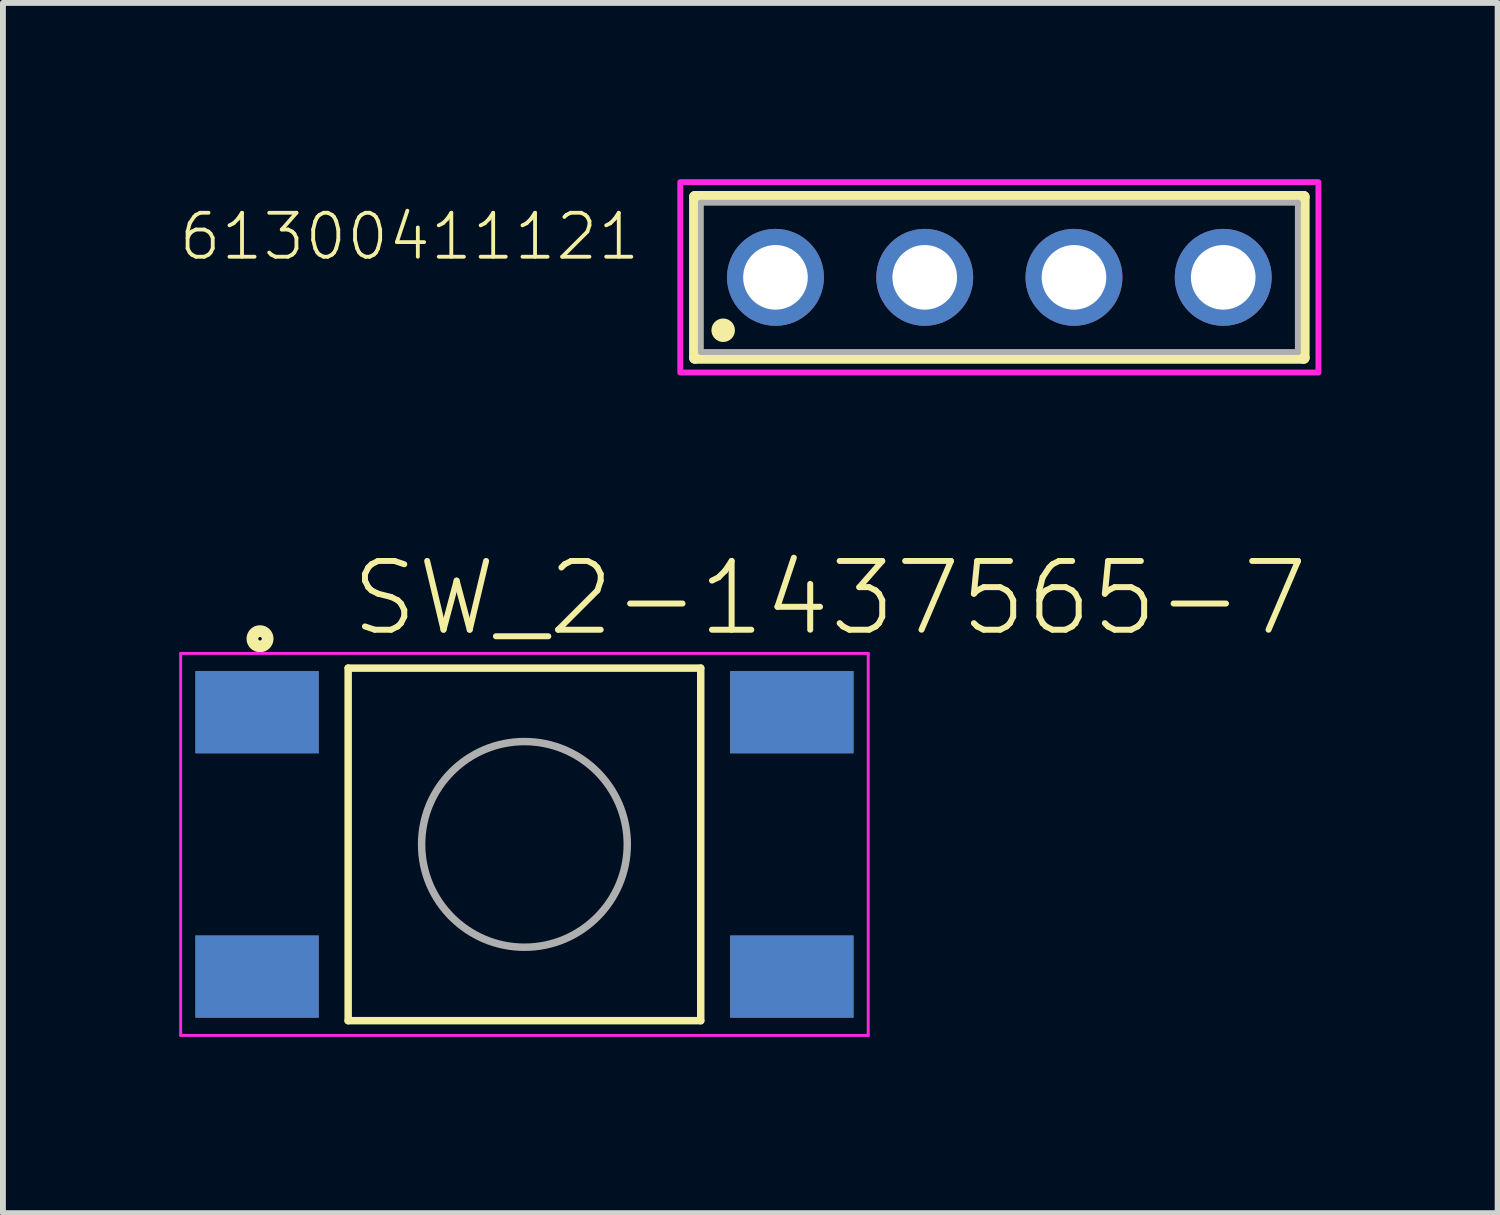
<source format=kicad_pcb>
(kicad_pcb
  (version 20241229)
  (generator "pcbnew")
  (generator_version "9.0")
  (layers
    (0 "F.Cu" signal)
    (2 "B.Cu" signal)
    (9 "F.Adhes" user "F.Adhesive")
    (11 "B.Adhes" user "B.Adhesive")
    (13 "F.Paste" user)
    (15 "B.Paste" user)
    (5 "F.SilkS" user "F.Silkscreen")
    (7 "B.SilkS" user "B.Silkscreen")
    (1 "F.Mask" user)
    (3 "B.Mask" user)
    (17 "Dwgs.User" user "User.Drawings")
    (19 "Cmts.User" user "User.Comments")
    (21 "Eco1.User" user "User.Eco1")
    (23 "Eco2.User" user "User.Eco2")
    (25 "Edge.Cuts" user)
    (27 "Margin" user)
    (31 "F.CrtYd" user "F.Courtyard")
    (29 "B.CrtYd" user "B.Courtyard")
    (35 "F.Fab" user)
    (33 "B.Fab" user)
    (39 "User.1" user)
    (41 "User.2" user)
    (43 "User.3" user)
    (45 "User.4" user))
  (footprint "61300411121"
    (layer "F.Cu")
    (at 13.957 1.67)
    (property "Reference" "61300411121" (at -6.078 -0.256 0) (layer "F.SilkS") (effects (font (size 0.748 0.748) (thickness 0.065)) (justify right bottom)))
    (fp_line (start -5.18 -1.37) (end 5.18 -1.37) (stroke (width 0.2) (type solid)) (layer "F.SilkS"))
    (fp_line (start -5.18 1.37) (end -5.18 -1.37) (stroke (width 0.2) (type solid)) (layer "F.SilkS"))
    (fp_line (start 5.18 -1.37) (end 5.18 1.37) (stroke (width 0.2) (type solid)) (layer "F.SilkS"))
    (fp_line (start 5.18 1.37) (end -5.18 1.37) (stroke (width 0.2) (type solid)) (layer "F.SilkS"))
    (fp_circle (center -4.7 0.9) (end -4.6 0.9) (stroke (width 0.2) (type solid)) (fill no) (layer "F.SilkS"))
    (fp_poly (pts (xy 5.43 1.62) (xy -5.43 1.62) (xy -5.43 -1.62) (xy 5.43 -1.62)) (stroke (width 0.1) (type solid)) (fill no) (layer "F.CrtYd"))
    (fp_line (start -5.08 -1.27) (end -5.08 1.27) (stroke (width 0.1) (type solid)) (layer "F.Fab"))
    (fp_line (start -5.08 1.27) (end 5.08 1.27) (stroke (width 0.1) (type solid)) (layer "F.Fab"))
    (fp_line (start 5.08 -1.27) (end -5.08 -1.27) (stroke (width 0.1) (type solid)) (layer "F.Fab"))
    (fp_line (start 5.08 1.27) (end 5.08 -1.27) (stroke (width 0.1) (type solid)) (layer "F.Fab"))
    (pad "1" thru_hole circle (at -3.81 0) (size 1.65 1.65) (drill 1.1) (layers "*.Cu" "*.Mask"))
    (pad "2" thru_hole circle (at -1.27 0) (size 1.65 1.65) (drill 1.1) (layers "*.Cu" "*.Mask"))
    (pad "3" thru_hole circle (at 1.27 0) (size 1.65 1.65) (drill 1.1) (layers "*.Cu" "*.Mask"))
    (pad "4" thru_hole circle (at 3.81 0) (size 1.65 1.65) (drill 1.1) (layers "*.Cu" "*.Mask")))
  (footprint "SW_2-1437565-7"
    (layer "F.Cu")
    (at 5.875 11.32)
    (property "Reference" "SW_2-1437565-7" (at -3.004 -3.505 0) (layer "F.SilkS") (effects (font (size 1.17 1.17) (thickness 0.102)) (justify left bottom)))
    (fp_line (start -3 -3) (end 3 -3) (stroke (width 0.127) (type solid)) (layer "F.SilkS"))
    (fp_line (start -3 3) (end -3 -3) (stroke (width 0.127) (type solid)) (layer "F.SilkS"))
    (fp_line (start 3 -3) (end 3 3) (stroke (width 0.127) (type solid)) (layer "F.SilkS"))
    (fp_line (start 3 3) (end -3 3) (stroke (width 0.127) (type solid)) (layer "F.SilkS"))
    (fp_circle (center -4.5 -3.5) (end -4.37 -3.5) (stroke (width 0.2) (type solid)) (fill no) (layer "F.SilkS"))
    (fp_line (start -5.85 -3.25) (end 5.85 -3.25) (stroke (width 0.05) (type solid)) (layer "F.CrtYd"))
    (fp_line (start -5.85 3.25) (end -5.85 -3.25) (stroke (width 0.05) (type solid)) (layer "F.CrtYd"))
    (fp_line (start 5.85 -3.25) (end 5.85 3.25) (stroke (width 0.05) (type solid)) (layer "F.CrtYd"))
    (fp_line (start 5.85 3.25) (end -5.85 3.25) (stroke (width 0.05) (type solid)) (layer "F.CrtYd"))
    (fp_circle (center 0 0) (end 1.75 0) (stroke (width 0.127) (type solid)) (fill no) (layer "F.Fab"))
    (pad "1" smd rect (at -4.55 -2.25 90) (size 1.4 2.1) (layers "*.Cu" "*.Mask"))
    (pad "2" smd rect (at 4.55 -2.25 90) (size 1.4 2.1) (layers "*.Cu" "*.Mask"))
    (pad "3" smd rect (at -4.55 2.25 90) (size 1.4 2.1) (layers "*.Cu" "*.Mask"))
    (pad "4" smd rect (at 4.55 2.25 90) (size 1.4 2.1) (layers "*.Cu" "*.Mask")))
  (gr_rect
    (start -3 -3)
    (end 22.437 17.595)
    (stroke (width 0.1) (type default))
    (fill no)
    (layer "Edge.Cuts")))
</source>
